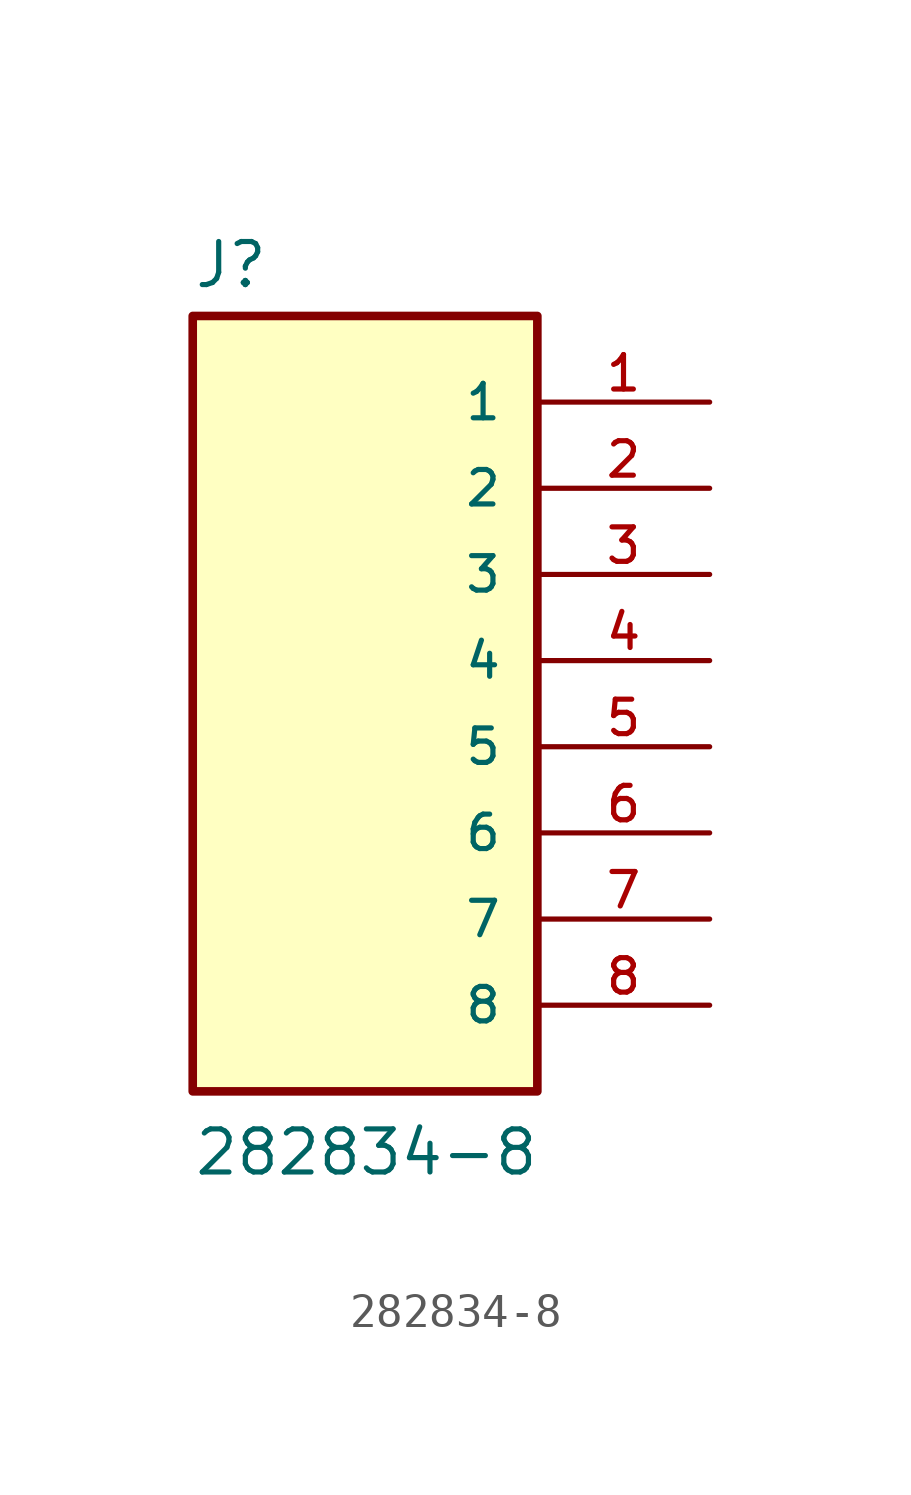
<source format=kicad_sym>
(kicad_symbol_lib
  (version 20220914)
  (generator kicad_symbol_editor)
  (symbol "282834-8"
    (pin_names
      (offset 1.016))
    (property "Reference" "J"
      (at -7.62 13.462 0)
      (effects (font (size 1.27 1.27)) (justify left bottom)))
    (property "Value" "282834-8"
      (at -7.62 -12.7 0)
      (effects (font (size 1.27 1.27)) (justify left bottom)))
    (symbol "282834-8_0_0"
      (rectangle (start -7.62 -10.16) (end 2.54 12.7) (stroke (width 0.254) (type default)) (fill (type background)))
      (pin passive line (at 7.62 10.16 180) (length 5.08) (name "1" (effects (font (size 1.016 1.016)))) (number "1" (effects (font (size 1.016 1.016)))))
      (pin passive line (at 7.62 7.62 180) (length 5.08) (name "2" (effects (font (size 1.016 1.016)))) (number "2" (effects (font (size 1.016 1.016)))))
      (pin passive line (at 7.62 5.08 180) (length 5.08) (name "3" (effects (font (size 1.016 1.016)))) (number "3" (effects (font (size 1.016 1.016)))))
      (pin passive line (at 7.62 2.54 180) (length 5.08) (name "4" (effects (font (size 1.016 1.016)))) (number "4" (effects (font (size 1.016 1.016)))))
      (pin passive line (at 7.62 0 180) (length 5.08) (name "5" (effects (font (size 1.016 1.016)))) (number "5" (effects (font (size 1.016 1.016)))))
      (pin passive line (at 7.62 -2.54 180) (length 5.08) (name "6" (effects (font (size 1.016 1.016)))) (number "6" (effects (font (size 1.016 1.016)))))
      (pin passive line (at 7.62 -5.08 180) (length 5.08) (name "7" (effects (font (size 1.016 1.016)))) (number "7" (effects (font (size 1.016 1.016)))))
      (pin passive line (at 7.62 -7.62 180) (length 5.08) (name "8" (effects (font (size 1.016 1.016)))) (number "8" (effects (font (size 1.016 1.016))))))))
</source>
